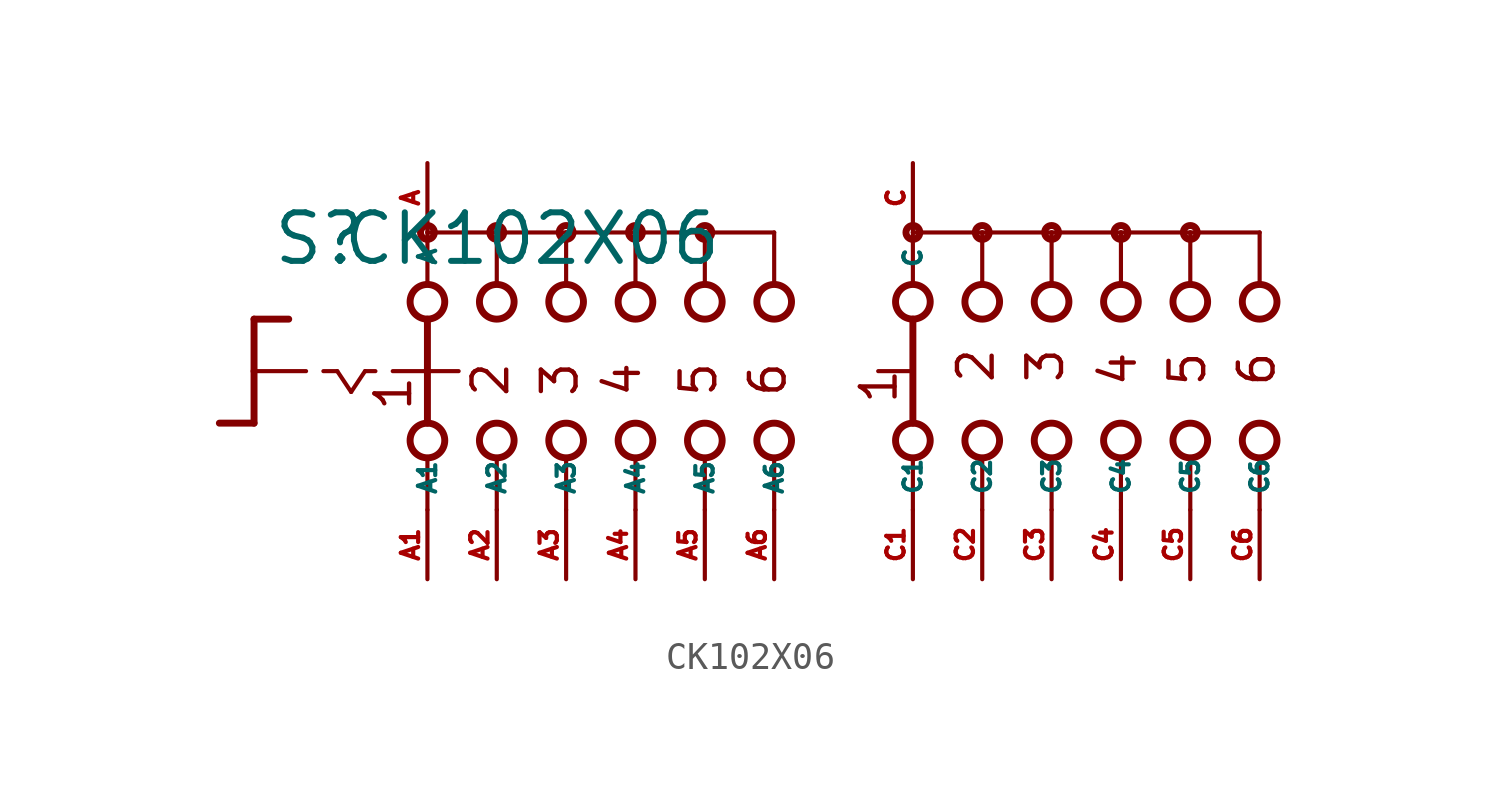
<source format=kicad_sym>
(kicad_symbol_lib
  (version 20220914)
  (generator Eagle2Kicad)
  (symbol "CK102X06"
    (property "Reference" "S"
      (at -18.415 3.81 0)
      (effects (font (size 1.778 1.778) (thickness 0.22)) (justify left bottom)))
    (property "Value" "CK102X06"
      (at -15.875 3.81 0)
      (effects (font (size 1.778 1.778) (thickness 0.22)) (justify left bottom)))
    (polyline
      (pts (xy -19.05 1.905) (xy -17.78 1.905))
      (stroke (width 0.254) (type default))
      (fill (type none)))
    (polyline
      (pts (xy -19.05 1.905) (xy -19.05 0))
      (stroke (width 0.254) (type default))
      (fill (type none)))
    (polyline
      (pts (xy -19.05 -1.905) (xy -20.32 -1.905))
      (stroke (width 0.254) (type default))
      (fill (type none)))
    (polyline
      (pts (xy -19.05 0) (xy -17.145 0))
      (stroke (width 0.152) (type default))
      (fill (type none)))
    (polyline
      (pts (xy -19.05 0) (xy -19.05 -1.905))
      (stroke (width 0.254) (type default))
      (fill (type none)))
    (polyline
      (pts (xy -16.51 0) (xy -16.002 0))
      (stroke (width 0.152) (type default))
      (fill (type none)))
    (polyline
      (pts (xy -14.986 0) (xy -14.605 0))
      (stroke (width 0.152) (type default))
      (fill (type none)))
    (polyline
      (pts (xy -13.97 0) (xy -12.827 0))
      (stroke (width 0.152) (type default))
      (fill (type none)))
    (polyline
      (pts (xy -16.002 0) (xy -15.494 -0.762))
      (stroke (width 0.152) (type default))
      (fill (type none)))
    (polyline
      (pts (xy -15.494 -0.762) (xy -14.986 0))
      (stroke (width 0.152) (type default))
      (fill (type none)))
    (polyline
      (pts (xy -10.16 3.175) (xy -10.16 5.08))
      (stroke (width 0.152) (type default))
      (fill (type none)))
    (polyline
      (pts (xy -7.62 3.175) (xy -7.62 5.08))
      (stroke (width 0.152) (type default))
      (fill (type none)))
    (polyline
      (pts (xy -5.08 3.175) (xy -5.08 5.08))
      (stroke (width 0.152) (type default))
      (fill (type none)))
    (polyline
      (pts (xy -10.16 -5.08) (xy -10.16 -3.175))
      (stroke (width 0.152) (type default))
      (fill (type none)))
    (polyline
      (pts (xy -7.62 -5.08) (xy -7.62 -3.175))
      (stroke (width 0.152) (type default))
      (fill (type none)))
    (polyline
      (pts (xy -5.08 -5.08) (xy -5.08 -3.175))
      (stroke (width 0.152) (type default))
      (fill (type none)))
    (polyline
      (pts (xy -7.62 5.08) (xy -10.16 5.08))
      (stroke (width 0.152) (type default))
      (fill (type none)))
    (polyline
      (pts (xy -7.62 5.08) (xy -5.08 5.08))
      (stroke (width 0.152) (type default))
      (fill (type none)))
    (polyline
      (pts (xy -2.54 -5.08) (xy -2.54 -3.175))
      (stroke (width 0.152) (type default))
      (fill (type none)))
    (polyline
      (pts (xy 0 -5.08) (xy 0 -3.175))
      (stroke (width 0.152) (type default))
      (fill (type none)))
    (polyline
      (pts (xy -2.54 3.175) (xy -2.54 5.08))
      (stroke (width 0.152) (type default))
      (fill (type none)))
    (polyline
      (pts (xy 0 3.175) (xy 0 5.08))
      (stroke (width 0.152) (type default))
      (fill (type none)))
    (polyline
      (pts (xy -5.08 5.08) (xy -2.54 5.08))
      (stroke (width 0.152) (type default))
      (fill (type none)))
    (polyline
      (pts (xy -2.54 5.08) (xy 0 5.08))
      (stroke (width 0.152) (type default))
      (fill (type none)))
    (polyline
      (pts (xy -12.7 5.08) (xy -12.7 3.175))
      (stroke (width 0.152) (type default))
      (fill (type none)))
    (polyline
      (pts (xy -12.7 1.905) (xy -12.7 0))
      (stroke (width 0.254) (type default))
      (fill (type none)))
    (polyline
      (pts (xy -12.7 -3.175) (xy -12.7 -5.08))
      (stroke (width 0.152) (type default))
      (fill (type none)))
    (polyline
      (pts (xy -10.16 5.08) (xy -12.7 5.08))
      (stroke (width 0.152) (type default))
      (fill (type none)))
    (polyline
      (pts (xy 5.08 3.175) (xy 5.08 5.08))
      (stroke (width 0.152) (type default))
      (fill (type none)))
    (polyline
      (pts (xy 5.08 -5.08) (xy 5.08 -3.175))
      (stroke (width 0.152) (type default))
      (fill (type none)))
    (polyline
      (pts (xy 7.62 3.175) (xy 7.62 5.08))
      (stroke (width 0.152) (type default))
      (fill (type none)))
    (polyline
      (pts (xy 10.16 3.175) (xy 10.16 5.08))
      (stroke (width 0.152) (type default))
      (fill (type none)))
    (polyline
      (pts (xy 12.7 3.175) (xy 12.7 5.08))
      (stroke (width 0.152) (type default))
      (fill (type none)))
    (polyline
      (pts (xy 15.24 3.175) (xy 15.24 5.08))
      (stroke (width 0.152) (type default))
      (fill (type none)))
    (polyline
      (pts (xy 17.78 3.175) (xy 17.78 5.08))
      (stroke (width 0.152) (type default))
      (fill (type none)))
    (polyline
      (pts (xy 5.08 5.08) (xy 7.62 5.08))
      (stroke (width 0.152) (type default))
      (fill (type none)))
    (polyline
      (pts (xy 7.62 5.08) (xy 10.16 5.08))
      (stroke (width 0.152) (type default))
      (fill (type none)))
    (polyline
      (pts (xy 10.16 5.08) (xy 12.7 5.08))
      (stroke (width 0.152) (type default))
      (fill (type none)))
    (polyline
      (pts (xy 12.7 5.08) (xy 15.24 5.08))
      (stroke (width 0.152) (type default))
      (fill (type none)))
    (polyline
      (pts (xy 15.24 5.08) (xy 17.78 5.08))
      (stroke (width 0.152) (type default))
      (fill (type none)))
    (polyline
      (pts (xy 7.62 -5.08) (xy 7.62 -3.175))
      (stroke (width 0.152) (type default))
      (fill (type none)))
    (polyline
      (pts (xy 10.16 -5.08) (xy 10.16 -3.175))
      (stroke (width 0.152) (type default))
      (fill (type none)))
    (polyline
      (pts (xy 12.7 -5.08) (xy 12.7 -3.175))
      (stroke (width 0.152) (type default))
      (fill (type none)))
    (polyline
      (pts (xy 15.24 -5.08) (xy 15.24 -3.175))
      (stroke (width 0.152) (type default))
      (fill (type none)))
    (polyline
      (pts (xy 17.78 -5.08) (xy 17.78 -3.175))
      (stroke (width 0.152) (type default))
      (fill (type none)))
    (polyline
      (pts (xy 5.08 1.905) (xy 5.08 -1.905))
      (stroke (width 0.254) (type default))
      (fill (type none)))
    (polyline
      (pts (xy 3.81 0) (xy 4.953 0))
      (stroke (width 0.152) (type default))
      (fill (type none)))
    (polyline
      (pts (xy -12.7 0) (xy -11.557 0))
      (stroke (width 0.152) (type default))
      (fill (type none)))
    (polyline
      (pts (xy -12.7 0) (xy -12.7 -1.905))
      (stroke (width 0.254) (type default))
      (fill (type none)))
    (text "2"
      (at 8.128 -0.508 900)
      (effects (font (size 1.27 1.27) (thickness 0.16)) (justify left bottom)))
    (text "3"
      (at 10.668 -0.508 900)
      (effects (font (size 1.27 1.27) (thickness 0.16)) (justify left bottom)))
    (text "4"
      (at 13.335 -0.635 900)
      (effects (font (size 1.27 1.27) (thickness 0.16)) (justify left bottom)))
    (text "5"
      (at 15.875 -0.635 900)
      (effects (font (size 1.27 1.27) (thickness 0.16)) (justify left bottom)))
    (text "6"
      (at 18.415 -0.635 900)
      (effects (font (size 1.27 1.27) (thickness 0.16)) (justify left bottom)))
    (text "1"
      (at 4.572 -1.27 900)
      (effects (font (size 1.27 1.27) (thickness 0.16)) (justify left bottom)))
    (text "1"
      (at -13.208 -1.524 900)
      (effects (font (size 1.27 1.27) (thickness 0.16)) (justify left bottom)))
    (text "2"
      (at -9.652 -1.016 900)
      (effects (font (size 1.27 1.27) (thickness 0.16)) (justify left bottom)))
    (text "3"
      (at -7.112 -1.016 900)
      (effects (font (size 1.27 1.27) (thickness 0.16)) (justify left bottom)))
    (text "4"
      (at -4.826 -1.016 900)
      (effects (font (size 1.27 1.27) (thickness 0.16)) (justify left bottom)))
    (text "5"
      (at -2.032 -1.016 900)
      (effects (font (size 1.27 1.27) (thickness 0.16)) (justify left bottom)))
    (text "6"
      (at 0.508 -1.016 900)
      (effects (font (size 1.27 1.27) (thickness 0.16)) (justify left bottom)))
    (circle
      (center -7.62 5.08)
      (radius 0.254)
      (stroke (width 0.254) (type default))
      (fill (type none)))
    (circle
      (center -5.08 5.08)
      (radius 0.254)
      (stroke (width 0.254) (type default))
      (fill (type none)))
    (circle
      (center -12.7 5.08)
      (radius 0.254)
      (stroke (width 0.254) (type default))
      (fill (type none)))
    (circle
      (center -10.16 5.08)
      (radius 0.254)
      (stroke (width 0.254) (type default))
      (fill (type none)))
    (circle
      (center -12.7 2.54)
      (radius 0.635)
      (stroke (width 0.254) (type default))
      (fill (type none)))
    (circle
      (center -10.16 2.54)
      (radius 0.635)
      (stroke (width 0.254) (type default))
      (fill (type none)))
    (circle
      (center -7.62 2.54)
      (radius 0.635)
      (stroke (width 0.254) (type default))
      (fill (type none)))
    (circle
      (center -12.7 -2.54)
      (radius 0.635)
      (stroke (width 0.254) (type default))
      (fill (type none)))
    (circle
      (center -10.16 -2.54)
      (radius 0.635)
      (stroke (width 0.254) (type default))
      (fill (type none)))
    (circle
      (center -7.62 -2.54)
      (radius 0.635)
      (stroke (width 0.254) (type default))
      (fill (type none)))
    (circle
      (center -2.54 5.08)
      (radius 0.254)
      (stroke (width 0.254) (type default))
      (fill (type none)))
    (circle
      (center -5.08 2.54)
      (radius 0.635)
      (stroke (width 0.254) (type default))
      (fill (type none)))
    (circle
      (center -2.54 2.54)
      (radius 0.635)
      (stroke (width 0.254) (type default))
      (fill (type none)))
    (circle
      (center -5.08 -2.54)
      (radius 0.635)
      (stroke (width 0.254) (type default))
      (fill (type none)))
    (circle
      (center -2.54 -2.54)
      (radius 0.635)
      (stroke (width 0.254) (type default))
      (fill (type none)))
    (circle
      (center 0 2.54)
      (radius 0.635)
      (stroke (width 0.254) (type default))
      (fill (type none)))
    (circle
      (center 0 -2.54)
      (radius 0.635)
      (stroke (width 0.254) (type default))
      (fill (type none)))
    (circle
      (center 5.08 5.08)
      (radius 0.254)
      (stroke (width 0.254) (type default))
      (fill (type none)))
    (circle
      (center 5.08 2.54)
      (radius 0.635)
      (stroke (width 0.254) (type default))
      (fill (type none)))
    (circle
      (center 5.08 -2.54)
      (radius 0.635)
      (stroke (width 0.254) (type default))
      (fill (type none)))
    (circle
      (center 7.62 2.54)
      (radius 0.635)
      (stroke (width 0.254) (type default))
      (fill (type none)))
    (circle
      (center 10.16 2.54)
      (radius 0.635)
      (stroke (width 0.254) (type default))
      (fill (type none)))
    (circle
      (center 12.7 2.54)
      (radius 0.635)
      (stroke (width 0.254) (type default))
      (fill (type none)))
    (circle
      (center 15.24 2.54)
      (radius 0.635)
      (stroke (width 0.254) (type default))
      (fill (type none)))
    (circle
      (center 17.78 2.54)
      (radius 0.635)
      (stroke (width 0.254) (type default))
      (fill (type none)))
    (circle
      (center 7.62 5.08)
      (radius 0.254)
      (stroke (width 0.254) (type default))
      (fill (type none)))
    (circle
      (center 10.16 5.08)
      (radius 0.254)
      (stroke (width 0.254) (type default))
      (fill (type none)))
    (circle
      (center 12.7 5.08)
      (radius 0.254)
      (stroke (width 0.254) (type default))
      (fill (type none)))
    (circle
      (center 15.24 5.08)
      (radius 0.254)
      (stroke (width 0.254) (type default))
      (fill (type none)))
    (circle
      (center 7.62 -2.54)
      (radius 0.635)
      (stroke (width 0.254) (type default))
      (fill (type none)))
    (circle
      (center 10.16 -2.54)
      (radius 0.635)
      (stroke (width 0.254) (type default))
      (fill (type none)))
    (circle
      (center 12.7 -2.54)
      (radius 0.635)
      (stroke (width 0.254) (type default))
      (fill (type none)))
    (circle
      (center 15.24 -2.54)
      (radius 0.635)
      (stroke (width 0.254) (type default))
      (fill (type none)))
    (circle
      (center 17.78 -2.54)
      (radius 0.635)
      (stroke (width 0.254) (type default))
      (fill (type none)))
    (pin passive line
      (at -12.7 -7.62 90)
      (length 2.54)
      (name "A1" (effects (font (size 0.635 0.635) (thickness 0.08)) (justify left bottom)))
      (number "A1" (effects (font (size 0.635 0.635) (thickness 0.08)) (justify left bottom))))
    (pin passive line
      (at -12.7 7.62 270)
      (length 2.54)
      (name "A" (effects (font (size 0.635 0.635) (thickness 0.08)) (justify left bottom)))
      (number "A" (effects (font (size 0.635 0.635) (thickness 0.08)) (justify left bottom))))
    (pin passive line
      (at -10.16 -7.62 90)
      (length 2.54)
      (name "A2" (effects (font (size 0.635 0.635) (thickness 0.08)) (justify left bottom)))
      (number "A2" (effects (font (size 0.635 0.635) (thickness 0.08)) (justify left bottom))))
    (pin passive line
      (at -7.62 -7.62 90)
      (length 2.54)
      (name "A3" (effects (font (size 0.635 0.635) (thickness 0.08)) (justify left bottom)))
      (number "A3" (effects (font (size 0.635 0.635) (thickness 0.08)) (justify left bottom))))
    (pin passive line
      (at -5.08 -7.62 90)
      (length 2.54)
      (name "A4" (effects (font (size 0.635 0.635) (thickness 0.08)) (justify left bottom)))
      (number "A4" (effects (font (size 0.635 0.635) (thickness 0.08)) (justify left bottom))))
    (pin passive line
      (at -2.54 -7.62 90)
      (length 2.54)
      (name "A5" (effects (font (size 0.635 0.635) (thickness 0.08)) (justify left bottom)))
      (number "A5" (effects (font (size 0.635 0.635) (thickness 0.08)) (justify left bottom))))
    (pin passive line
      (at 0 -7.62 90)
      (length 2.54)
      (name "A6" (effects (font (size 0.635 0.635) (thickness 0.08)) (justify left bottom)))
      (number "A6" (effects (font (size 0.635 0.635) (thickness 0.08)) (justify left bottom))))
    (pin passive line
      (at 5.08 -7.62 90)
      (length 2.54)
      (name "C1" (effects (font (size 0.635 0.635) (thickness 0.08)) (justify left bottom)))
      (number "C1" (effects (font (size 0.635 0.635) (thickness 0.08)) (justify left bottom))))
    (pin passive line
      (at 7.62 -7.62 90)
      (length 2.54)
      (name "C2" (effects (font (size 0.635 0.635) (thickness 0.08)) (justify left bottom)))
      (number "C2" (effects (font (size 0.635 0.635) (thickness 0.08)) (justify left bottom))))
    (pin passive line
      (at 10.16 -7.62 90)
      (length 2.54)
      (name "C3" (effects (font (size 0.635 0.635) (thickness 0.08)) (justify left bottom)))
      (number "C3" (effects (font (size 0.635 0.635) (thickness 0.08)) (justify left bottom))))
    (pin passive line
      (at 12.7 -7.62 90)
      (length 2.54)
      (name "C4" (effects (font (size 0.635 0.635) (thickness 0.08)) (justify left bottom)))
      (number "C4" (effects (font (size 0.635 0.635) (thickness 0.08)) (justify left bottom))))
    (pin passive line
      (at 15.24 -7.62 90)
      (length 2.54)
      (name "C5" (effects (font (size 0.635 0.635) (thickness 0.08)) (justify left bottom)))
      (number "C5" (effects (font (size 0.635 0.635) (thickness 0.08)) (justify left bottom))))
    (pin passive line
      (at 17.78 -7.62 90)
      (length 2.54)
      (name "C6" (effects (font (size 0.635 0.635) (thickness 0.08)) (justify left bottom)))
      (number "C6" (effects (font (size 0.635 0.635) (thickness 0.08)) (justify left bottom))))
    (pin passive line
      (at 5.08 7.62 270)
      (length 2.54)
      (name "C" (effects (font (size 0.635 0.635) (thickness 0.08)) (justify left bottom)))
      (number "C" (effects (font (size 0.635 0.635) (thickness 0.08)) (justify left bottom))))))
</source>
